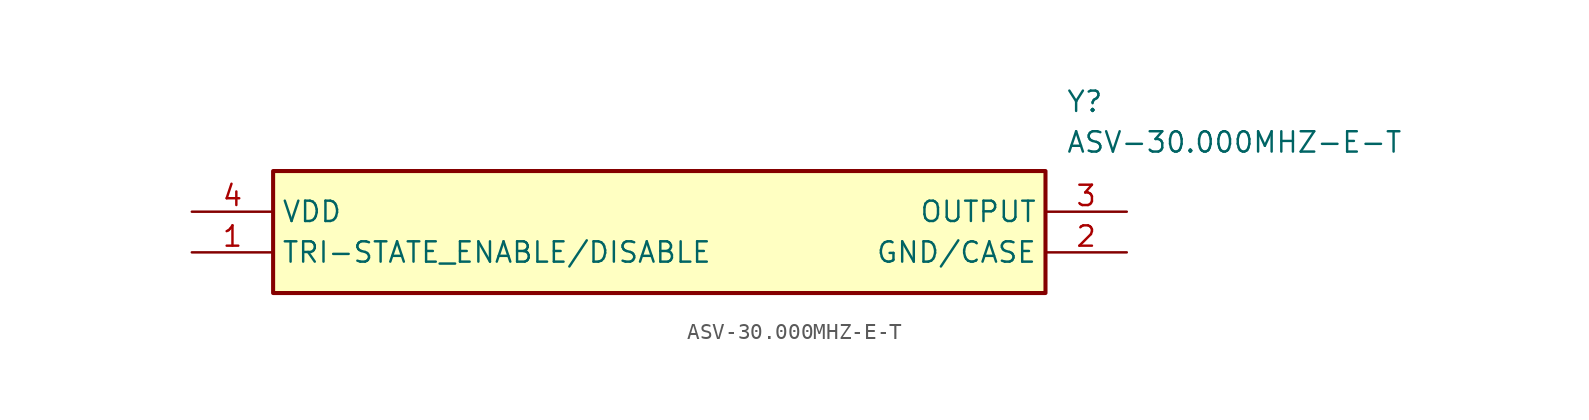
<source format=kicad_sym>
(kicad_symbol_lib
  (version 20211014)
  (generator SamacSys_ECAD_Model)
  (symbol "ASV-30.000MHZ-E-T"
    (property "Reference" "Y"
      (at 54.61 7.62 0)
      (effects (font (size 1.27 1.27)) (justify left top)))
    (property "Value" "ASV-30.000MHZ-E-T"
      (at 54.61 5.08 0)
      (effects (font (size 1.27 1.27)) (justify left top)))
    (rectangle
      (start 5.08 2.54)
      (end 53.34 -5.08)
      (stroke (width 0.254) (type default))
      (fill (type background)))
    (pin passive line
      (at 0 -2.54 0)
      (length 5.08)
      (name "TRI-STATE_ENABLE/DISABLE" (effects (font (size 1.27 1.27))))
      (number "1" (effects (font (size 1.27 1.27)))))
    (pin passive line
      (at 58.42 -2.54 180)
      (length 5.08)
      (name "GND/CASE" (effects (font (size 1.27 1.27))))
      (number "2" (effects (font (size 1.27 1.27)))))
    (pin passive line
      (at 58.42 0 180)
      (length 5.08)
      (name "OUTPUT" (effects (font (size 1.27 1.27))))
      (number "3" (effects (font (size 1.27 1.27)))))
    (pin passive line
      (at 0 0 0)
      (length 5.08)
      (name "VDD" (effects (font (size 1.27 1.27))))
      (number "4" (effects (font (size 1.27 1.27)))))))
</source>
